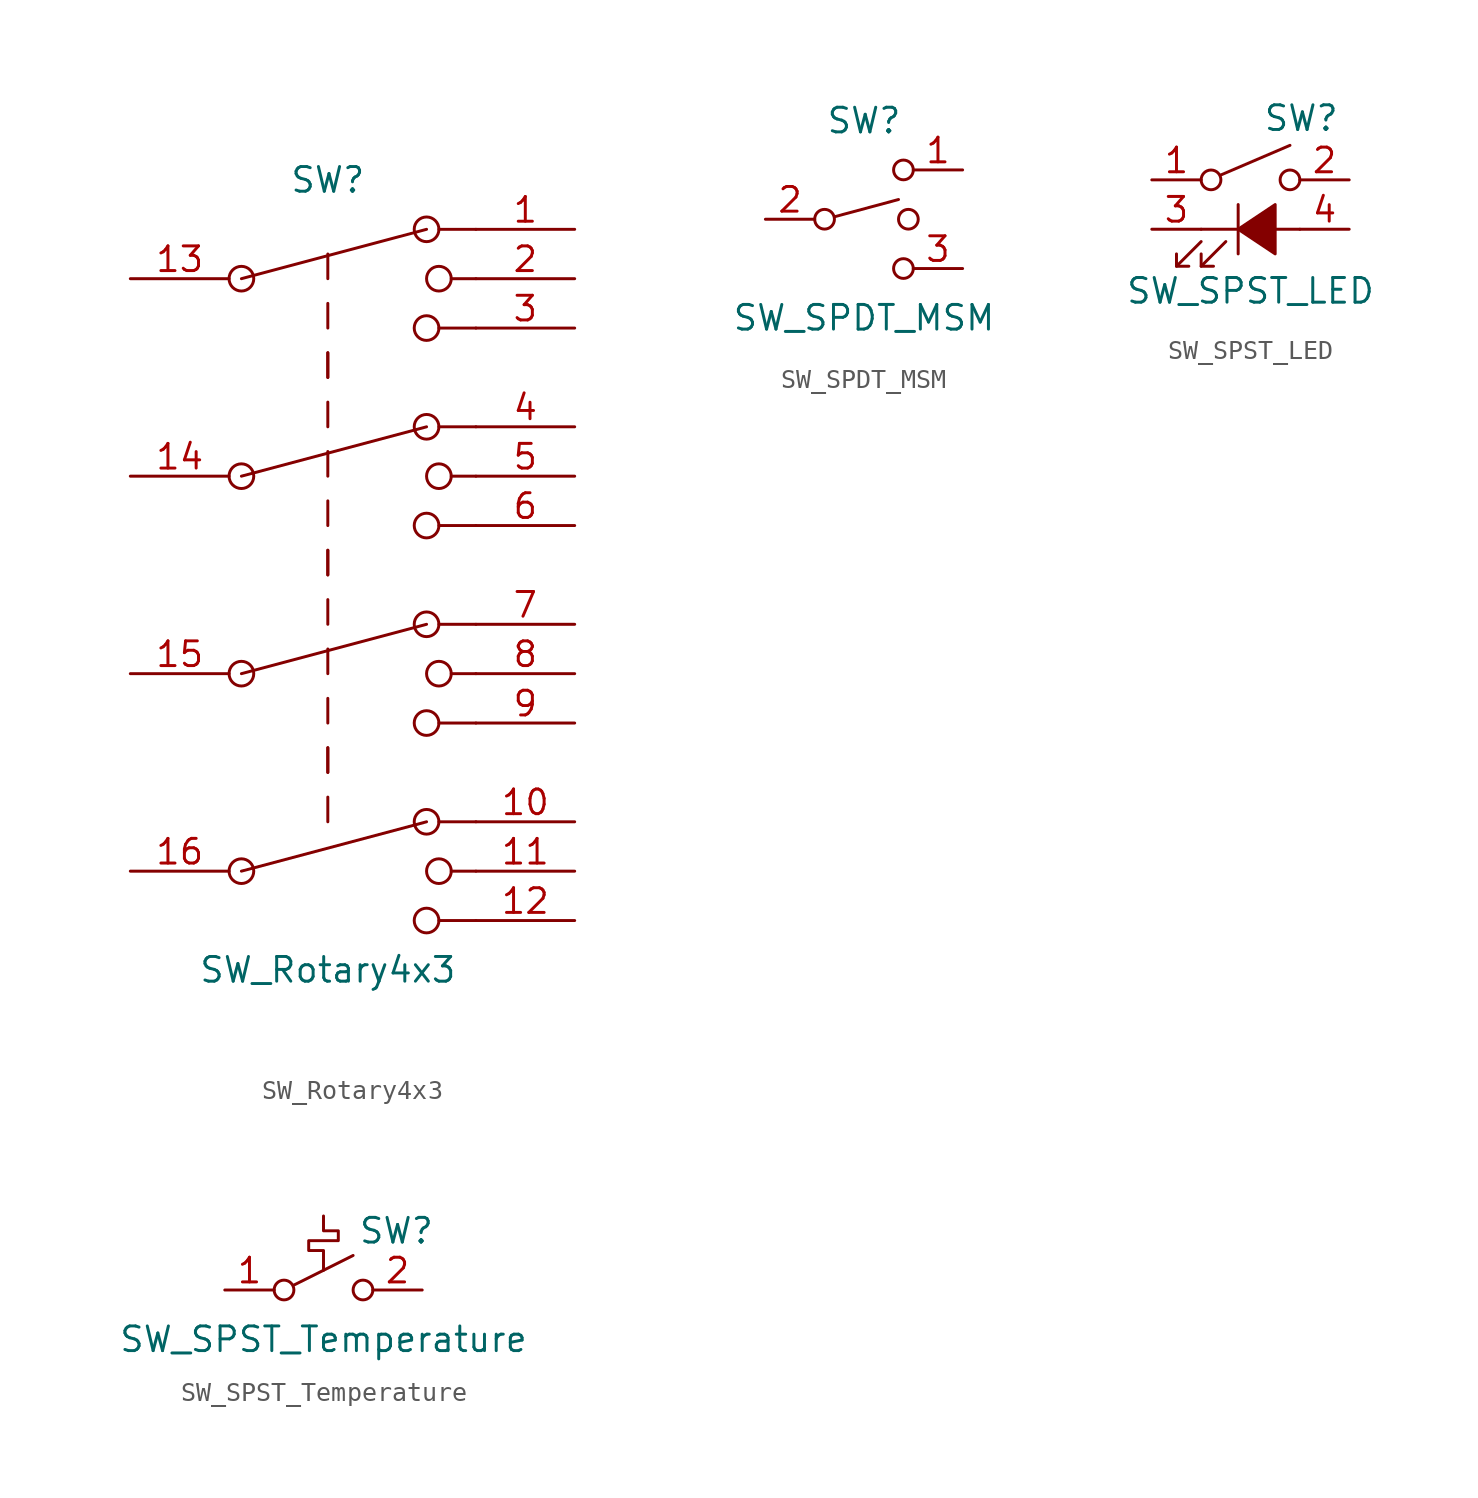
<source format=kicad_sym>
(kicad_symbol_lib
  (version 20220914)
  (generator kicad_symbol_editor)
  (symbol "SW_Rotary4x3"
    (pin_names
      (offset 1.016) hide)
    (property "Reference" "SW"
      (at 0 20.32 0)
      (effects (font (size 1.27 1.27))))
    (property "Value" "SW_Rotary4x3"
      (at 0 -20.32 0)
      (effects (font (size 1.27 1.27))))
    (symbol "SW_Rotary4x3_0_0"
      (circle (center -4.445 -15.24) (radius 0.635) (stroke (width 0) (type default)) (fill (type none)))
      (circle (center -4.445 -5.08) (radius 0.635) (stroke (width 0) (type default)) (fill (type none)))
      (circle (center -4.445 5.08) (radius 0.635) (stroke (width 0) (type default)) (fill (type none)))
      (circle (center -4.445 15.24) (radius 0.635) (stroke (width 0) (type default)) (fill (type none)))
      (polyline (pts (xy -4.445 -15.24) (xy 5.08 -12.7)) (stroke (width 0) (type default)) (fill (type none)))
      (polyline (pts (xy -4.445 -5.08) (xy 5.08 -2.54)) (stroke (width 0) (type default)) (fill (type none)))
      (polyline (pts (xy -4.445 5.08) (xy 5.08 7.62)) (stroke (width 0) (type default)) (fill (type none)))
      (polyline (pts (xy -4.445 15.24) (xy 5.08 17.78)) (stroke (width 0) (type default)) (fill (type none)))
      (polyline (pts (xy 0 -12.7) (xy 0 -11.43)) (stroke (width 0) (type default)) (fill (type none)))
      (polyline (pts (xy 0 -10.16) (xy 0 -8.89)) (stroke (width 0) (type default)) (fill (type none)))
      (polyline (pts (xy 0 -10.16) (xy 0 -8.89)) (stroke (width 0) (type default)) (fill (type none)))
      (polyline (pts (xy 0 -7.62) (xy 0 -6.35)) (stroke (width 0) (type default)) (fill (type none)))
      (polyline (pts (xy 0 -5.08) (xy 0 -3.81)) (stroke (width 0) (type default)) (fill (type none)))
      (polyline (pts (xy 0 -2.54) (xy 0 -1.27)) (stroke (width 0) (type default)) (fill (type none)))
      (polyline (pts (xy 0 0) (xy 0 1.27)) (stroke (width 0) (type default)) (fill (type none)))
      (polyline (pts (xy 0 0) (xy 0 1.27)) (stroke (width 0) (type default)) (fill (type none)))
      (polyline (pts (xy 0 2.54) (xy 0 3.81)) (stroke (width 0) (type default)) (fill (type none)))
      (polyline (pts (xy 0 5.08) (xy 0 6.35)) (stroke (width 0) (type default)) (fill (type none)))
      (polyline (pts (xy 0 7.62) (xy 0 8.89)) (stroke (width 0) (type default)) (fill (type none)))
      (polyline (pts (xy 0 10.16) (xy 0 11.43)) (stroke (width 0) (type default)) (fill (type none)))
      (polyline (pts (xy 0 10.16) (xy 0 11.43)) (stroke (width 0) (type default)) (fill (type none)))
      (polyline (pts (xy 0 12.7) (xy 0 13.97)) (stroke (width 0) (type default)) (fill (type none)))
      (polyline (pts (xy 0 15.24) (xy 0 16.51)) (stroke (width 0) (type default)) (fill (type none)))
      (polyline (pts (xy 5.715 -17.78) (xy 7.62 -17.78)) (stroke (width 0) (type default)) (fill (type none)))
      (polyline (pts (xy 5.715 -12.7) (xy 7.62 -12.7)) (stroke (width 0) (type default)) (fill (type none)))
      (polyline (pts (xy 5.715 -7.62) (xy 7.62 -7.62)) (stroke (width 0) (type default)) (fill (type none)))
      (polyline (pts (xy 5.715 -2.54) (xy 7.62 -2.54)) (stroke (width 0) (type default)) (fill (type none)))
      (polyline (pts (xy 5.715 2.54) (xy 7.62 2.54)) (stroke (width 0) (type default)) (fill (type none)))
      (polyline (pts (xy 5.715 7.62) (xy 7.62 7.62)) (stroke (width 0) (type default)) (fill (type none)))
      (polyline (pts (xy 5.715 12.7) (xy 7.62 12.7)) (stroke (width 0) (type default)) (fill (type none)))
      (polyline (pts (xy 5.715 17.78) (xy 7.62 17.78)) (stroke (width 0) (type default)) (fill (type none)))
      (polyline (pts (xy 6.35 -15.24) (xy 7.62 -15.24)) (stroke (width 0) (type default)) (fill (type none)))
      (polyline (pts (xy 6.35 -5.08) (xy 7.62 -5.08)) (stroke (width 0) (type default)) (fill (type none)))
      (polyline (pts (xy 6.35 5.08) (xy 7.62 5.08)) (stroke (width 0) (type default)) (fill (type none)))
      (polyline (pts (xy 6.35 15.24) (xy 7.62 15.24)) (stroke (width 0) (type default)) (fill (type none)))
      (circle (center 5.08 -17.78) (radius 0.635) (stroke (width 0) (type default)) (fill (type none)))
      (circle (center 5.08 -12.7) (radius 0.635) (stroke (width 0) (type default)) (fill (type none)))
      (circle (center 5.08 -7.62) (radius 0.635) (stroke (width 0) (type default)) (fill (type none)))
      (circle (center 5.08 -2.54) (radius 0.635) (stroke (width 0) (type default)) (fill (type none)))
      (circle (center 5.08 2.54) (radius 0.635) (stroke (width 0) (type default)) (fill (type none)))
      (circle (center 5.08 7.62) (radius 0.635) (stroke (width 0) (type default)) (fill (type none)))
      (circle (center 5.08 12.7) (radius 0.635) (stroke (width 0) (type default)) (fill (type none)))
      (circle (center 5.08 17.78) (radius 0.635) (stroke (width 0) (type default)) (fill (type none)))
      (circle (center 5.715 -15.24) (radius 0.635) (stroke (width 0) (type default)) (fill (type none)))
      (circle (center 5.715 -5.08) (radius 0.635) (stroke (width 0) (type default)) (fill (type none)))
      (circle (center 5.715 5.08) (radius 0.635) (stroke (width 0) (type default)) (fill (type none)))
      (circle (center 5.715 15.24) (radius 0.635) (stroke (width 0) (type default)) (fill (type none))))
    (symbol "SW_Rotary4x3_0_1"
      (pin passive line (at 12.7 17.78 180) (length 5.08) (name "1" (effects (font (size 1.27 1.27)))) (number "1" (effects (font (size 1.27 1.27)))))
      (pin passive line (at 12.7 -12.7 180) (length 5.08) (name "10" (effects (font (size 1.27 1.27)))) (number "10" (effects (font (size 1.27 1.27)))))
      (pin passive line (at 12.7 -15.24 180) (length 5.08) (name "11" (effects (font (size 1.27 1.27)))) (number "11" (effects (font (size 1.27 1.27)))))
      (pin passive line (at 12.7 -17.78 180) (length 5.08) (name "12" (effects (font (size 1.27 1.27)))) (number "12" (effects (font (size 1.27 1.27)))))
      (pin passive line (at -10.16 15.24 0) (length 5.08) (name "13" (effects (font (size 1.27 1.27)))) (number "13" (effects (font (size 1.27 1.27)))))
      (pin passive line (at -10.16 5.08 0) (length 5.08) (name "14" (effects (font (size 1.27 1.27)))) (number "14" (effects (font (size 1.27 1.27)))))
      (pin passive line (at -10.16 -5.08 0) (length 5.08) (name "15" (effects (font (size 1.27 1.27)))) (number "15" (effects (font (size 1.27 1.27)))))
      (pin passive line (at -10.16 -15.24 0) (length 5.08) (name "16" (effects (font (size 1.27 1.27)))) (number "16" (effects (font (size 1.27 1.27)))))
      (pin passive line (at 12.7 15.24 180) (length 5.08) (name "2" (effects (font (size 1.27 1.27)))) (number "2" (effects (font (size 1.27 1.27)))))
      (pin passive line (at 12.7 12.7 180) (length 5.08) (name "3" (effects (font (size 1.27 1.27)))) (number "3" (effects (font (size 1.27 1.27)))))
      (pin passive line (at 12.7 7.62 180) (length 5.08) (name "4" (effects (font (size 1.27 1.27)))) (number "4" (effects (font (size 1.27 1.27)))))
      (pin passive line (at 12.7 5.08 180) (length 5.08) (name "5" (effects (font (size 1.27 1.27)))) (number "5" (effects (font (size 1.27 1.27)))))
      (pin passive line (at 12.7 2.54 180) (length 5.08) (name "6" (effects (font (size 1.27 1.27)))) (number "6" (effects (font (size 1.27 1.27)))))
      (pin passive line (at 12.7 -2.54 180) (length 5.08) (name "7" (effects (font (size 1.27 1.27)))) (number "7" (effects (font (size 1.27 1.27)))))
      (pin passive line (at 12.7 -5.08 180) (length 5.08) (name "8" (effects (font (size 1.27 1.27)))) (number "8" (effects (font (size 1.27 1.27)))))
      (pin passive line (at 12.7 -7.62 180) (length 5.08) (name "9" (effects (font (size 1.27 1.27)))) (number "9" (effects (font (size 1.27 1.27)))))))
  (symbol "SW_SPDT_MSM"
    (pin_names
      (offset 0) hide)
    (property "Reference" "SW"
      (at 0 5.08 0)
      (effects (font (size 1.27 1.27))))
    (property "Value" "SW_SPDT_MSM"
      (at 0 -5.08 0)
      (effects (font (size 1.27 1.27))))
    (symbol "SW_SPDT_MSM_0_0"
      (circle (center -2.032 0) (radius 0.508) (stroke (width 0) (type default)) (fill (type none)))
      (polyline (pts (xy -1.524 0.127) (xy 1.778 1.016)) (stroke (width 0) (type default)) (fill (type none)))
      (circle (center 2.032 -2.54) (radius 0.508) (stroke (width 0) (type default)) (fill (type none))))
    (symbol "SW_SPDT_MSM_0_1"
      (circle (center 2.032 2.54) (radius 0.508) (stroke (width 0) (type default)) (fill (type none)))
      (circle (center 2.286 0) (radius 0.508) (stroke (width 0) (type default)) (fill (type none))))
    (symbol "SW_SPDT_MSM_1_1"
      (pin passive line (at 5.08 2.54 180) (length 2.54) (name "1" (effects (font (size 1.27 1.27)))) (number "1" (effects (font (size 1.27 1.27)))))
      (pin passive line (at -5.08 0 0) (length 2.54) (name "2" (effects (font (size 1.27 1.27)))) (number "2" (effects (font (size 1.27 1.27)))))
      (pin passive line (at 5.08 -2.54 180) (length 2.54) (name "3" (effects (font (size 1.27 1.27)))) (number "3" (effects (font (size 1.27 1.27)))))))
  (symbol "SW_SPST_LED"
    (pin_names
      (offset 1.016) hide)
    (property "Reference" "SW"
      (at 0.635 5.715 0)
      (effects (font (size 1.27 1.27)) (justify left)))
    (property "Value" "SW_SPST_LED"
      (at 0 -3.175 0)
      (effects (font (size 1.27 1.27))))
    (symbol "SW_SPST_LED_0_0"
      (polyline (pts (xy -3.81 -1.905) (xy -2.54 -0.635)) (stroke (width 0) (type default)) (fill (type none)))
      (polyline (pts (xy -2.54 -1.905) (xy -1.27 -0.635)) (stroke (width 0) (type default)) (fill (type none)))
      (polyline (pts (xy -2.54 0) (xy 2.54 0)) (stroke (width 0) (type default)) (fill (type none)))
      (polyline (pts (xy -0.635 1.27) (xy -0.635 -1.27)) (stroke (width 0) (type default)) (fill (type none)))
      (polyline (pts (xy -3.81 -1.27) (xy -3.81 -1.905) (xy -3.175 -1.905)) (stroke (width 0) (type default)) (fill (type none)))
      (polyline (pts (xy -2.54 -1.27) (xy -2.54 -1.905) (xy -1.905 -1.905)) (stroke (width 0) (type default)) (fill (type none)))
      (polyline (pts (xy -0.635 0) (xy 1.27 1.27) (xy 1.27 -1.27) (xy -0.635 0)) (stroke (width 0) (type default)) (fill (type outline))))
    (symbol "SW_SPST_LED_0_1"
      (circle (center -2.032 2.54) (radius 0.508) (stroke (width 0) (type default)) (fill (type none)))
      (polyline (pts (xy -1.524 2.794) (xy 2.032 4.318)) (stroke (width 0) (type default)) (fill (type none)))
      (circle (center 2.032 2.54) (radius 0.508) (stroke (width 0) (type default)) (fill (type none)))
      (pin passive line (at -5.08 2.54 0) (length 2.54) (name "1" (effects (font (size 1.27 1.27)))) (number "1" (effects (font (size 1.27 1.27)))))
      (pin passive line (at 5.08 2.54 180) (length 2.54) (name "2" (effects (font (size 1.27 1.27)))) (number "2" (effects (font (size 1.27 1.27)))))
      (pin passive line (at -5.08 0 0) (length 2.54) (name "K" (effects (font (size 1.27 1.27)))) (number "3" (effects (font (size 1.27 1.27)))))
      (pin passive line (at 5.08 0 180) (length 2.54) (name "A" (effects (font (size 1.27 1.27)))) (number "4" (effects (font (size 1.27 1.27)))))))
  (symbol "SW_SPST_Temperature"
    (pin_names
      (offset 0) hide)
    (property "Reference" "SW"
      (at 1.778 3.048 0)
      (effects (font (size 1.27 1.27)) (justify left)))
    (property "Value" "SW_SPST_Temperature"
      (at 0 -2.54 0)
      (effects (font (size 1.27 1.27))))
    (symbol "SW_SPST_Temperature_0_0"
      (circle (center -2.032 0) (radius 0.508) (stroke (width 0) (type default)) (fill (type none)))
      (polyline (pts (xy -1.524 0.254) (xy 1.524 1.778)) (stroke (width 0) (type default)) (fill (type none)))
      (polyline (pts (xy 0 1.016) (xy 0 2.032) (xy -0.762 2.032) (xy -0.762 2.54) (xy 0.762 2.54) (xy 0.762 3.048) (xy 0 3.048) (xy 0 3.81)) (stroke (width 0) (type default)) (fill (type none)))
      (circle (center 2.032 0) (radius 0.508) (stroke (width 0) (type default)) (fill (type none))))
    (symbol "SW_SPST_Temperature_1_1"
      (pin passive line (at -5.08 0 0) (length 2.54) (name "A" (effects (font (size 1.27 1.27)))) (number "1" (effects (font (size 1.27 1.27)))))
      (pin passive line (at 5.08 0 180) (length 2.54) (name "B" (effects (font (size 1.27 1.27)))) (number "2" (effects (font (size 1.27 1.27))))))))
</source>
